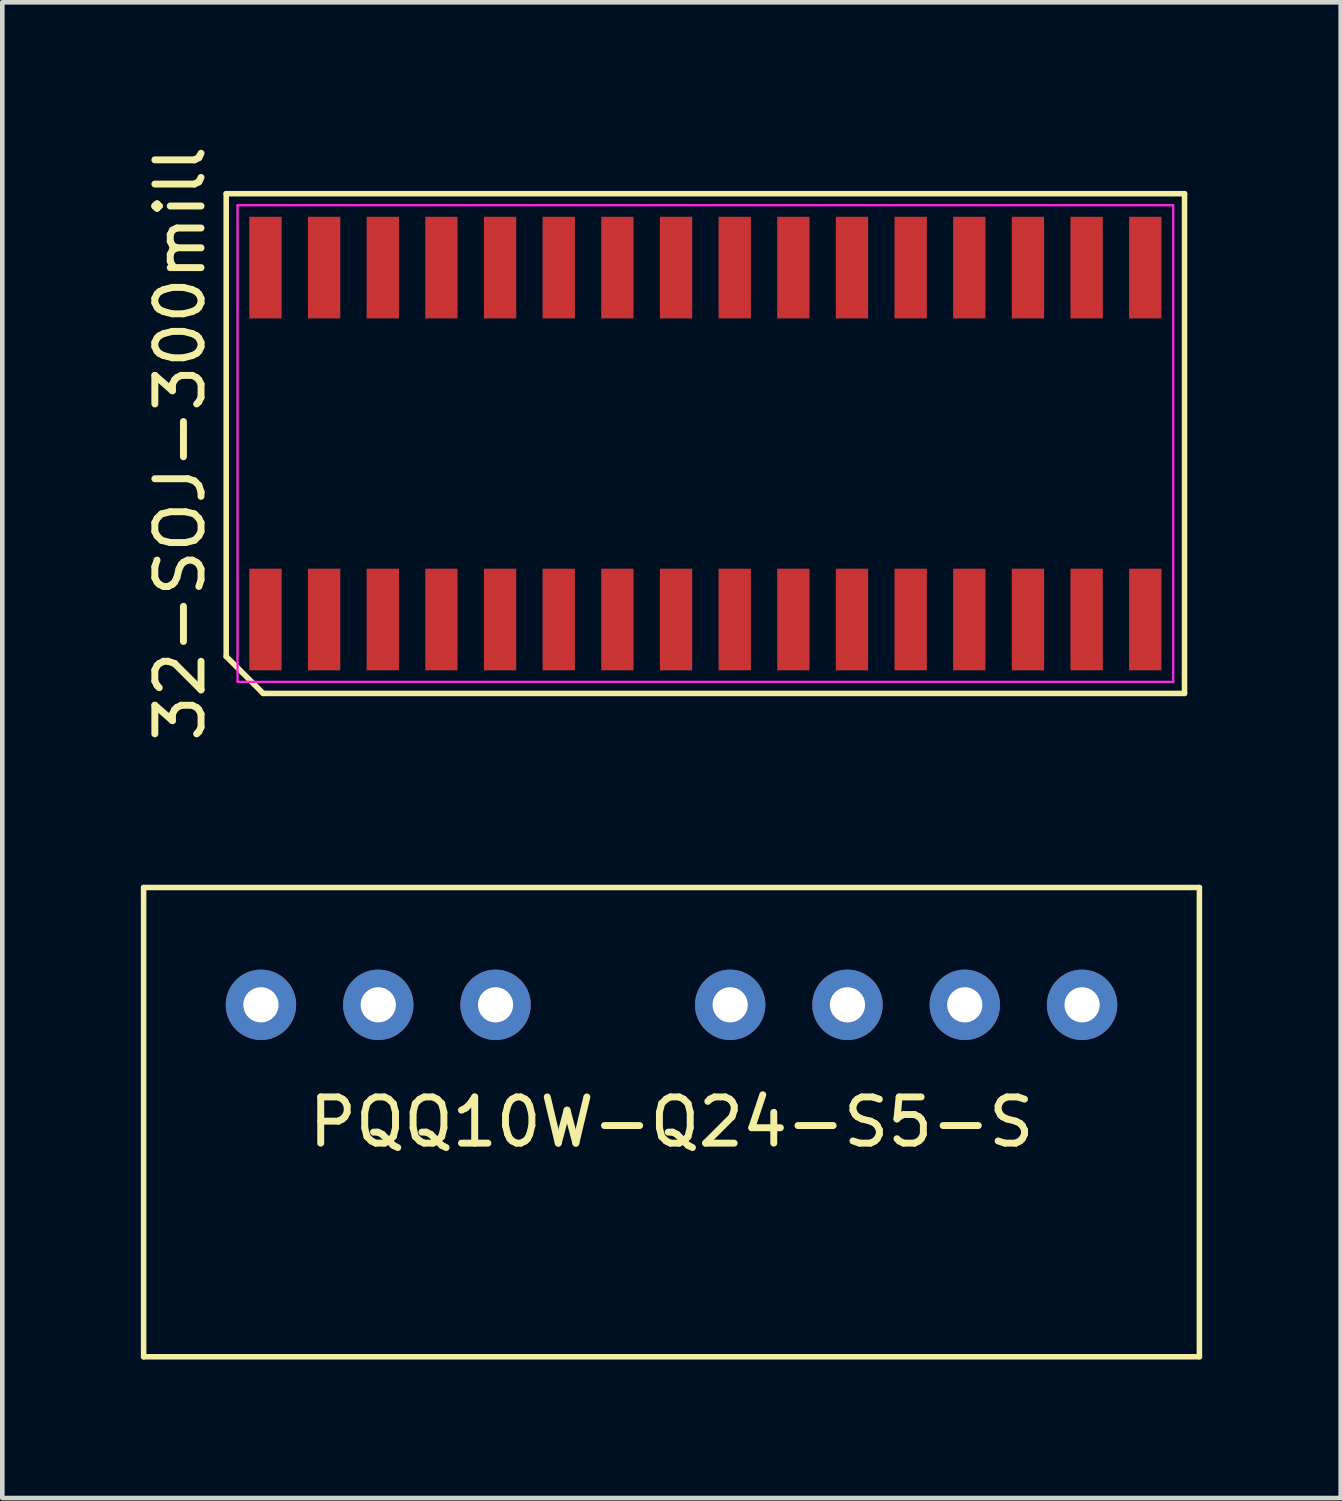
<source format=kicad_pcb>
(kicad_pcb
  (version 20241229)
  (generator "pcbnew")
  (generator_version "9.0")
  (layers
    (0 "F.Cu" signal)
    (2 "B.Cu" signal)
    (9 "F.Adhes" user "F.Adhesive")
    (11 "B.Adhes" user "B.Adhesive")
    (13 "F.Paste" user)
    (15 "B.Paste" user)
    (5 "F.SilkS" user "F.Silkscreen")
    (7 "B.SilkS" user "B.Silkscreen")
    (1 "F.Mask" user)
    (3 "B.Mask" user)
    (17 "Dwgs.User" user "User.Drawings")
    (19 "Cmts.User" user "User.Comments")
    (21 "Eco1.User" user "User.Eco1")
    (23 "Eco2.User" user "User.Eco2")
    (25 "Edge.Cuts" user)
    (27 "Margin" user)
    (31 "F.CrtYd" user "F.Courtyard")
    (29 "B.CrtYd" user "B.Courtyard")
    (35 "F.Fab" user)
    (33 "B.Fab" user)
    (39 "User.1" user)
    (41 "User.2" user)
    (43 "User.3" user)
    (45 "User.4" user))
  (footprint "PQQ10W-Q24-S5-S"
    (layer "F.Cu")
    (at 11.49 18.707)
    (property "Reference" "PQQ10W-Q24-S5-S" (at 0 2.54 0) (layer "F.SilkS") (effects (font (size 1 1) (thickness 0.15))))
    (attr through_hole)
    (fp_line (start -11.43 -2.54) (end 11.43 -2.54) (stroke (width 0.12) (type solid)) (layer "F.SilkS"))
    (fp_line (start -11.43 7.62) (end -11.43 -2.54) (stroke (width 0.12) (type solid)) (layer "F.SilkS"))
    (fp_line (start 11.43 -2.54) (end 11.43 7.62) (stroke (width 0.12) (type solid)) (layer "F.SilkS"))
    (fp_line (start 11.43 7.62) (end -11.43 7.62) (stroke (width 0.12) (type solid)) (layer "F.SilkS"))
    (pad "1" thru_hole circle (at -8.89 0) (size 1.524 1.524) (drill 0.762) (layers "*.Cu" "*.Mask"))
    (pad "2" thru_hole circle (at -6.35 0) (size 1.524 1.524) (drill 0.762) (layers "*.Cu" "*.Mask"))
    (pad "3" thru_hole circle (at -3.81 0) (size 1.524 1.524) (drill 0.762) (layers "*.Cu" "*.Mask"))
    (pad "5" thru_hole circle (at 1.27 0) (size 1.524 1.524) (drill 0.762) (layers "*.Cu" "*.Mask"))
    (pad "6" thru_hole circle (at 3.81 0) (size 1.524 1.524) (drill 0.762) (layers "*.Cu" "*.Mask"))
    (pad "7" thru_hole circle (at 6.35 0) (size 1.524 1.524) (drill 0.762) (layers "*.Cu" "*.Mask"))
    (pad "8" thru_hole circle (at 8.89 0) (size 1.524 1.524) (drill 0.762) (layers "*.Cu" "*.Mask")))
  (footprint "32-SOJ-300mill"
    (layer "F.Cu")
    (at 12.223 6.554)
    (property "Reference" "32-SOJ-300mill" (at -11.375 0 90) (layer "F.SilkS") (effects (font (size 1 1) (thickness 0.15))))
    (attr smd)
    (fp_line (start -10.375 -5.41) (end 10.375 -5.41) (stroke (width 0.12) (type solid)) (layer "F.SilkS"))
    (fp_line (start -10.375 4.61) (end -10.375 -5.41) (stroke (width 0.12) (type solid)) (layer "F.SilkS"))
    (fp_line (start -9.575 5.41) (end -10.375 4.61) (stroke (width 0.12) (type solid)) (layer "F.SilkS"))
    (fp_line (start 10.375 -5.41) (end 10.375 5.41) (stroke (width 0.12) (type solid)) (layer "F.SilkS"))
    (fp_line (start 10.375 5.41) (end -9.575 5.41) (stroke (width 0.12) (type solid)) (layer "F.SilkS"))
    (fp_line (start -10.13 -5.16) (end 10.13 -5.16) (stroke (width 0.05) (type solid)) (layer "F.CrtYd"))
    (fp_line (start -10.13 5.16) (end -10.13 -5.16) (stroke (width 0.05) (type solid)) (layer "F.CrtYd"))
    (fp_line (start 10.13 -5.16) (end 10.13 5.16) (stroke (width 0.05) (type solid)) (layer "F.CrtYd"))
    (fp_line (start 10.13 5.16) (end -10.13 5.16) (stroke (width 0.05) (type solid)) (layer "F.CrtYd"))
    (pad "1" smd rect (at -9.525 3.81) (size 0.7 2.2) (layers "F.Cu" "F.Mask" "F.Paste"))
    (pad "2" smd rect (at -8.255 3.81) (size 0.7 2.2) (layers "F.Cu" "F.Mask" "F.Paste"))
    (pad "3" smd rect (at -6.985 3.81) (size 0.7 2.2) (layers "F.Cu" "F.Mask" "F.Paste"))
    (pad "4" smd rect (at -5.715 3.81) (size 0.7 2.2) (layers "F.Cu" "F.Mask" "F.Paste"))
    (pad "5" smd rect (at -4.445 3.81) (size 0.7 2.2) (layers "F.Cu" "F.Mask" "F.Paste"))
    (pad "6" smd rect (at -3.175 3.81) (size 0.7 2.2) (layers "F.Cu" "F.Mask" "F.Paste"))
    (pad "7" smd rect (at -1.905 3.81) (size 0.7 2.2) (layers "F.Cu" "F.Mask" "F.Paste"))
    (pad "8" smd rect (at -0.635 3.81) (size 0.7 2.2) (layers "F.Cu" "F.Mask" "F.Paste"))
    (pad "9" smd rect (at 0.635 3.81) (size 0.7 2.2) (layers "F.Cu" "F.Mask" "F.Paste"))
    (pad "10" smd rect (at 1.905 3.81) (size 0.7 2.2) (layers "F.Cu" "F.Mask" "F.Paste"))
    (pad "11" smd rect (at 3.175 3.81) (size 0.7 2.2) (layers "F.Cu" "F.Mask" "F.Paste"))
    (pad "12" smd rect (at 4.445 3.81) (size 0.7 2.2) (layers "F.Cu" "F.Mask" "F.Paste"))
    (pad "13" smd rect (at 5.715 3.81) (size 0.7 2.2) (layers "F.Cu" "F.Mask" "F.Paste"))
    (pad "14" smd rect (at 6.985 3.81) (size 0.7 2.2) (layers "F.Cu" "F.Mask" "F.Paste"))
    (pad "15" smd rect (at 8.255 3.81) (size 0.7 2.2) (layers "F.Cu" "F.Mask" "F.Paste"))
    (pad "16" smd rect (at 9.525 3.81) (size 0.7 2.2) (layers "F.Cu" "F.Mask" "F.Paste"))
    (pad "17" smd rect (at 9.525 -3.81) (size 0.7 2.2) (layers "F.Cu" "F.Mask" "F.Paste"))
    (pad "18" smd rect (at 8.255 -3.81) (size 0.7 2.2) (layers "F.Cu" "F.Mask" "F.Paste"))
    (pad "19" smd rect (at 6.985 -3.81) (size 0.7 2.2) (layers "F.Cu" "F.Mask" "F.Paste"))
    (pad "20" smd rect (at 5.715 -3.81) (size 0.7 2.2) (layers "F.Cu" "F.Mask" "F.Paste"))
    (pad "21" smd rect (at 4.445 -3.81) (size 0.7 2.2) (layers "F.Cu" "F.Mask" "F.Paste"))
    (pad "22" smd rect (at 3.175 -3.81) (size 0.7 2.2) (layers "F.Cu" "F.Mask" "F.Paste"))
    (pad "23" smd rect (at 1.905 -3.81) (size 0.7 2.2) (layers "F.Cu" "F.Mask" "F.Paste"))
    (pad "24" smd rect (at 0.635 -3.81) (size 0.7 2.2) (layers "F.Cu" "F.Mask" "F.Paste"))
    (pad "25" smd rect (at -0.635 -3.81) (size 0.7 2.2) (layers "F.Cu" "F.Mask" "F.Paste"))
    (pad "26" smd rect (at -1.905 -3.81) (size 0.7 2.2) (layers "F.Cu" "F.Mask" "F.Paste"))
    (pad "27" smd rect (at -3.175 -3.81) (size 0.7 2.2) (layers "F.Cu" "F.Mask" "F.Paste"))
    (pad "28" smd rect (at -4.445 -3.81) (size 0.7 2.2) (layers "F.Cu" "F.Mask" "F.Paste"))
    (pad "29" smd rect (at -5.715 -3.81) (size 0.7 2.2) (layers "F.Cu" "F.Mask" "F.Paste"))
    (pad "30" smd rect (at -6.985 -3.81) (size 0.7 2.2) (layers "F.Cu" "F.Mask" "F.Paste"))
    (pad "31" smd rect (at -8.255 -3.81) (size 0.7 2.2) (layers "F.Cu" "F.Mask" "F.Paste"))
    (pad "32" smd rect (at -9.525 -3.81) (size 0.7 2.2) (layers "F.Cu" "F.Mask" "F.Paste")))
  (gr_rect
    (start -3 -3)
    (end 25.98 29.387)
    (stroke (width 0.1) (type default))
    (fill no)
    (layer "Edge.Cuts")))
</source>
